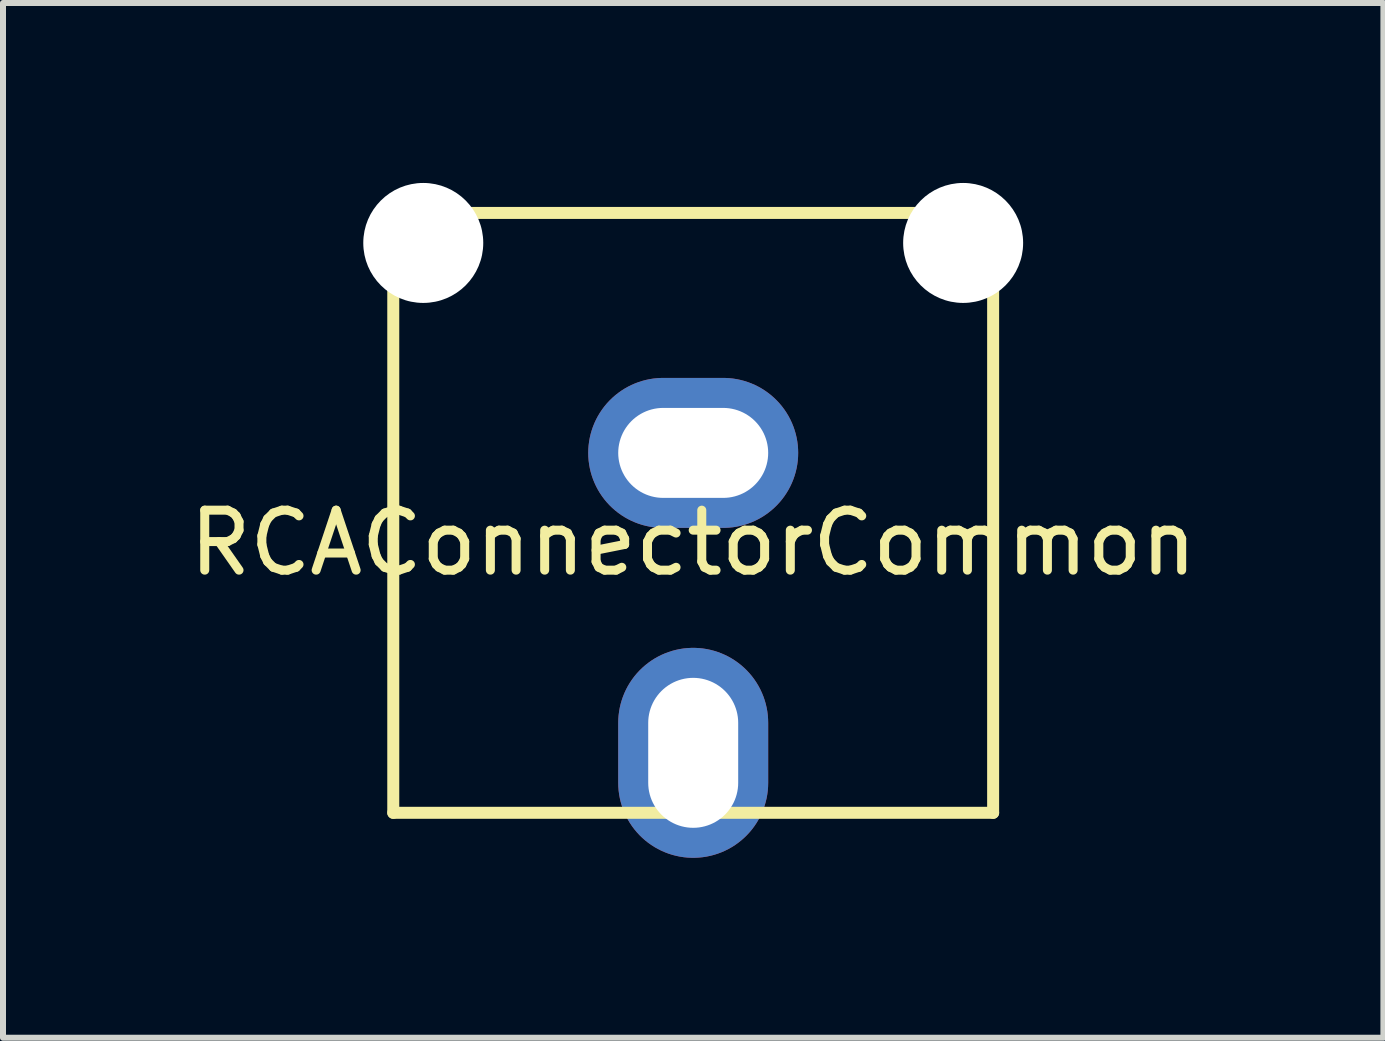
<source format=kicad_pcb>
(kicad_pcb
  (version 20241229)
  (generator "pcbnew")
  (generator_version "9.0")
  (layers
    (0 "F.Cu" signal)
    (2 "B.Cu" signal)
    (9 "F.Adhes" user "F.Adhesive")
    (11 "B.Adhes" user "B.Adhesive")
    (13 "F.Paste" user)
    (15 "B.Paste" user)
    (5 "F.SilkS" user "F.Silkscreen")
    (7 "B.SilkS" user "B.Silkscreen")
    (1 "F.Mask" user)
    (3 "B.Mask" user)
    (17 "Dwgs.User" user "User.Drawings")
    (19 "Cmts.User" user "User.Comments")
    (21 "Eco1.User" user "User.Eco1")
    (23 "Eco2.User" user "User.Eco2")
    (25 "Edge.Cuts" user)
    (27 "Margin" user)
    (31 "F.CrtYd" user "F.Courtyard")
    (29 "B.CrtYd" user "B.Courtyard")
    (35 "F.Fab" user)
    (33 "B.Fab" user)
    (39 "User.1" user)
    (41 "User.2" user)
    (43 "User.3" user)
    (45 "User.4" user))
  (footprint "RCAConnectorCommon"
    (layer "F.Cu")
    (at 8.506 5.5)
    (property "Reference" "RCAConnectorCommon" (at 0 0.5 0) (layer "F.SilkS") (effects (font (size 1 1) (thickness 0.15))))
    (attr through_hole)
    (fp_line (start -5 -5) (end 5 -5) (stroke (width 0.2) (type solid)) (layer "F.SilkS"))
    (fp_line (start -5 5) (end -5 -5) (stroke (width 0.2) (type solid)) (layer "F.SilkS"))
    (fp_line (start 5 -5) (end 5 5) (stroke (width 0.2) (type solid)) (layer "F.SilkS"))
    (fp_line (start 5 5) (end -5 5) (stroke (width 0.2) (type solid)) (layer "F.SilkS"))
    (pad "" np_thru_hole oval (at -4.5 -4.5) (size 2 2) (drill oval 2) (layers "*.Cu" "*.Mask"))
    (pad "" np_thru_hole oval (at 4.5 -4.5) (size 2 2) (drill oval 2) (layers "*.Cu" "*.Mask"))
    (pad "1" thru_hole oval (at 0 4) (size 2.5 3.5) (drill oval 1.5 2.5) (layers "*.Cu" "*.Mask"))
    (pad "2" thru_hole oval (at 0 -1) (size 3.5 2.5) (drill oval 2.5 1.5) (layers "*.Cu" "*.Mask")))
  (gr_rect
    (start -3 -3)
    (end 20.012 14.25)
    (stroke (width 0.1) (type default))
    (fill no)
    (layer "Edge.Cuts")))
</source>
